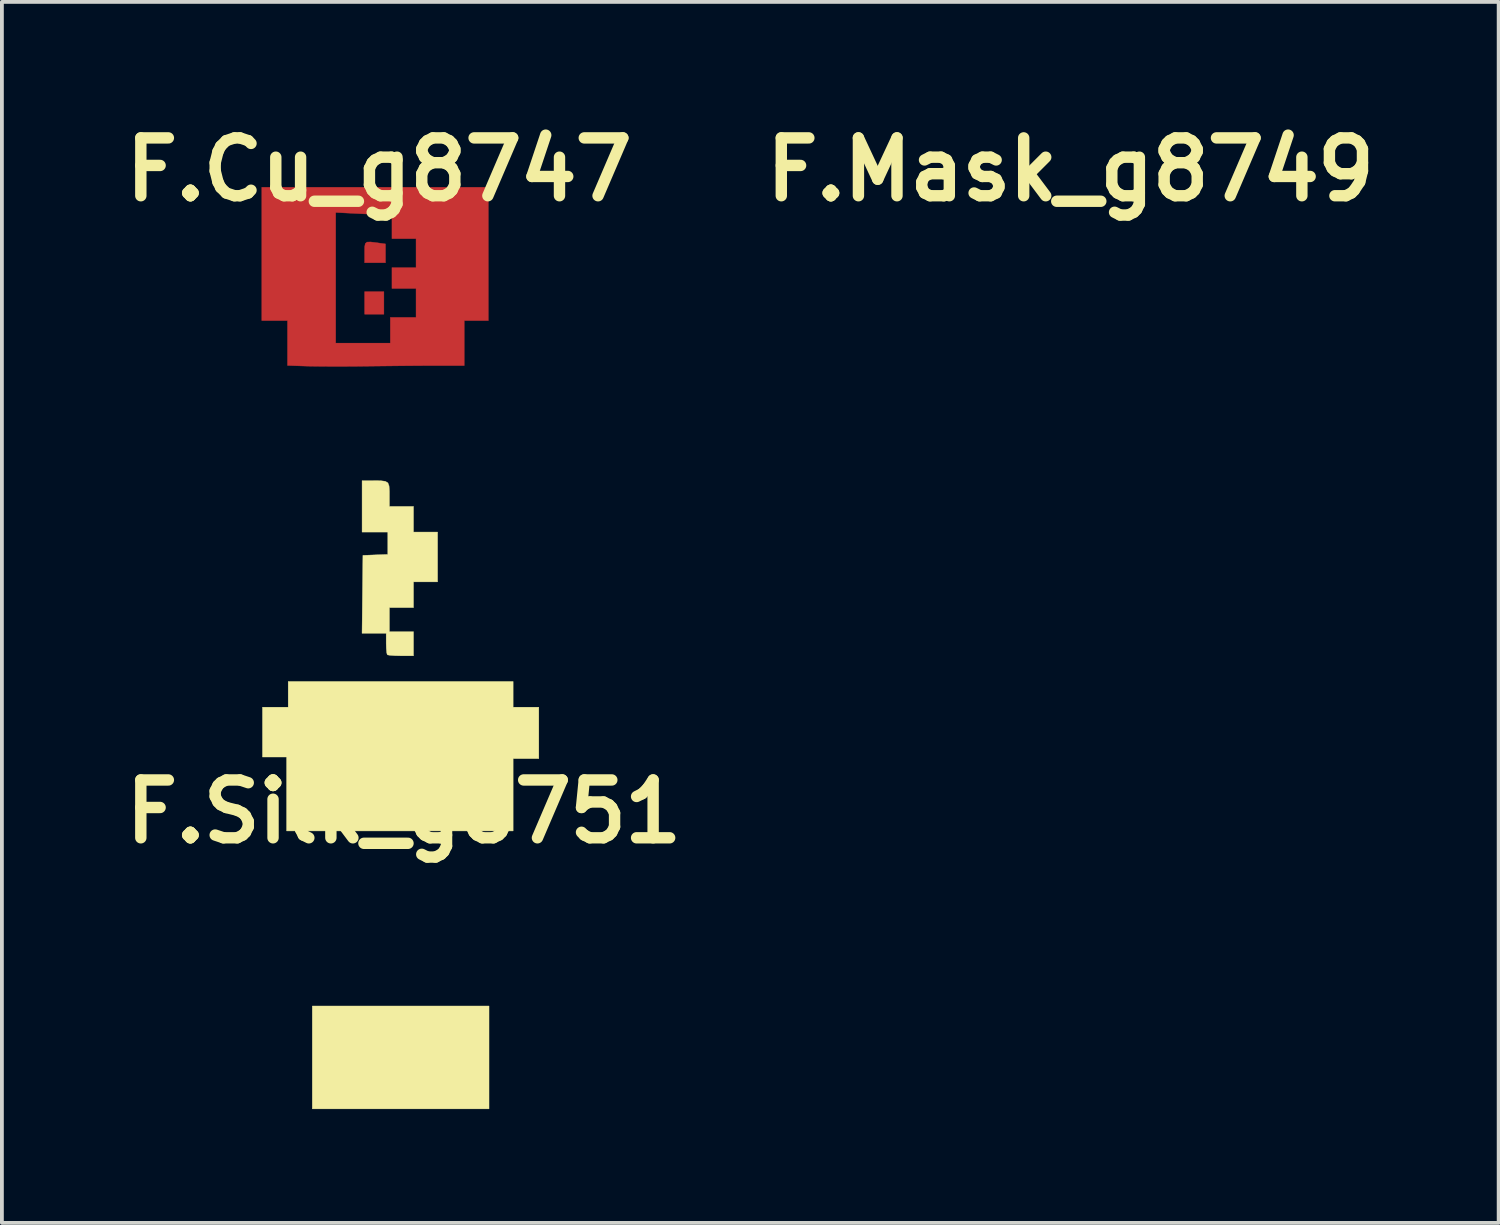
<source format=kicad_pcb>
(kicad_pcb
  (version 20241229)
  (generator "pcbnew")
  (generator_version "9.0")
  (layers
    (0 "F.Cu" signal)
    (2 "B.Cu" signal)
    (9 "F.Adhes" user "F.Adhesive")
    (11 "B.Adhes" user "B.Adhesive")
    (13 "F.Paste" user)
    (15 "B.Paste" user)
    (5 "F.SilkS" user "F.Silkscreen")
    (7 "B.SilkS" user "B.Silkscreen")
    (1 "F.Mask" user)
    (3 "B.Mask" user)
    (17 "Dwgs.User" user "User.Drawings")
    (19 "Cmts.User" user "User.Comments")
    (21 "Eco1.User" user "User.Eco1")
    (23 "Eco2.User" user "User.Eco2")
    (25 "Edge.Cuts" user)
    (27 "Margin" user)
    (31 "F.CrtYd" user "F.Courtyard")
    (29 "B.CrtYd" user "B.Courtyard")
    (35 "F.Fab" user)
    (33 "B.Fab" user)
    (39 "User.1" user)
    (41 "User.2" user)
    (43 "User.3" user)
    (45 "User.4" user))
  (footprint "F.Mask_g8749"
    (layer "F.Cu")
    (at 25.156 1.418)
    (property "Reference" "F.Mask_g8749" (at 0 0 0) (layer "F.SilkS") (effects (font (size 1.524 1.524) (thickness 0.3))))
    (attr through_hole)
    (fp_poly (pts (xy 2.879 3.979) (xy 2.244 3.979) (xy 2.244 5.165) (xy 1.51 5.165) (xy 1.247 5.165) (xy 0.924 5.167) (xy 0.564 5.17) (xy 0.193 5.174) (xy -0.167 5.178) (xy -0.3 5.18) (xy -0.63 5.184) (xy -0.964 5.186) (xy -1.284 5.186) (xy -1.569 5.184) (xy -1.8 5.181) (xy -1.894 5.179) (xy -2.413 5.162) (xy -2.413 3.979) (xy -3.09 3.979) (xy -3.09 0.466) (xy 2.879 0.466) (xy 2.879 3.979)) (stroke (width 0.01) (type solid)) (fill yes) (layer "F.Mask")))
  (footprint "F.Cu_g8747"
    (layer "F.Cu")
    (at 6.938 1.418)
    (property "Reference" "F.Cu_g8747" (at 0 0 0) (layer "F.SilkS") (effects (font (size 1.524 1.524) (thickness 0.3))))
    (attr through_hole)
    (fp_poly (pts (xy 0.127 3.81) (xy -0.381 3.81) (xy -0.381 3.217) (xy 0.127 3.217) (xy 0.127 3.81)) (stroke (width 0.01) (type solid)) (fill yes) (layer "F.Cu"))
    (fp_poly (pts (xy -0.068 1.926) (xy -0.027 1.932) (xy 0.169 1.959) (xy 0.169 2.455) (xy -0.381 2.455) (xy -0.381 2.18) (xy -0.38 2.036) (xy -0.364 1.95) (xy -0.319 1.911) (xy -0.225 1.907) (xy -0.068 1.926)) (stroke (width 0.01) (type solid)) (fill yes) (layer "F.Cu"))
    (fp_poly (pts (xy 2.879 3.979) (xy 2.244 3.979) (xy 2.244 5.165) (xy 1.535 5.165) (xy 1.283 5.165) (xy 0.969 5.167) (xy 0.617 5.17) (xy 0.25 5.174) (xy -0.11 5.178) (xy -0.275 5.18) (xy -0.608 5.184) (xy -0.944 5.186) (xy -1.266 5.186) (xy -1.553 5.184) (xy -1.787 5.181) (xy -1.894 5.179) (xy -2.413 5.162) (xy -2.413 4.572) (xy -1.143 4.572) (xy 0.296 4.572) (xy 0.296 3.895) (xy 0.974 3.895) (xy 0.974 3.133) (xy 0.339 3.133) (xy 0.339 2.582) (xy 0.974 2.582) (xy 0.974 1.82) (xy 0.339 1.82) (xy 0.339 1.185) (xy 0.138 1.185) (xy 0.016 1.183) (xy -0.165 1.177) (xy -0.382 1.168) (xy -0.603 1.157) (xy -1.143 1.13) (xy -1.143 4.572) (xy -2.413 4.572) (xy -2.413 3.979) (xy -3.09 3.979) (xy -3.09 0.466) (xy 2.879 0.466) (xy 2.879 3.979)) (stroke (width 0.01) (type solid)) (fill yes) (layer "F.Cu")))
  (footprint "F.Silk_g8751"
    (layer "F.Cu")
    (at 7.591 18.335)
    (property "Reference" "F.Silk_g8751" (at 0 0 0) (layer "F.SilkS") (effects (font (size 1.524 1.524) (thickness 0.3))))
    (attr through_hole)
    (fp_poly (pts (xy 2.244 7.832) (xy -2.413 7.832) (xy -2.413 5.122) (xy 2.244 5.122) (xy 2.244 7.832)) (stroke (width 0.01) (type solid)) (fill yes) (layer "F.SilkS"))
    (fp_poly (pts (xy 2.879 -2.752) (xy 3.556 -2.752) (xy 3.556 -1.397) (xy 2.879 -1.397) (xy 2.879 0.508) (xy -3.09 0.508) (xy -3.09 -1.439) (xy -3.725 -1.439) (xy -3.725 -2.752) (xy -3.048 -2.752) (xy -3.048 -3.429) (xy 2.879 -3.429) (xy 2.879 -2.752)) (stroke (width 0.01) (type solid)) (fill yes) (layer "F.SilkS"))
    (fp_poly (pts (xy -0.615 -8.719) (xy -0.491 -8.704) (xy -0.421 -8.663) (xy -0.39 -8.583) (xy -0.381 -8.45) (xy -0.381 -8.356) (xy -0.381 -8.043) (xy 0.254 -8.043) (xy 0.254 -7.366) (xy 0.889 -7.366) (xy 0.889 -6.054) (xy 0.254 -6.054) (xy 0.254 -5.376) (xy -0.381 -5.376) (xy -0.381 -4.741) (xy 0.254 -4.741) (xy 0.254 -4.106) (xy -0.078 -4.106) (xy -0.238 -4.11) (xy -0.364 -4.119) (xy -0.432 -4.131) (xy -0.437 -4.135) (xy -0.452 -4.189) (xy -0.462 -4.302) (xy -0.466 -4.431) (xy -0.466 -4.699) (xy -1.102 -4.699) (xy -1.079 -6.752) (xy -0.751 -6.765) (xy -0.423 -6.777) (xy -0.423 -7.366) (xy -1.101 -7.366) (xy -1.101 -8.721) (xy -0.808 -8.721) (xy -0.615 -8.719)) (stroke (width 0.01) (type solid)) (fill yes) (layer "F.SilkS")))
  (gr_rect
    (start -3 -3)
    (end 36.437 29.171)
    (stroke (width 0.1) (type default))
    (fill no)
    (layer "Edge.Cuts")))
</source>
